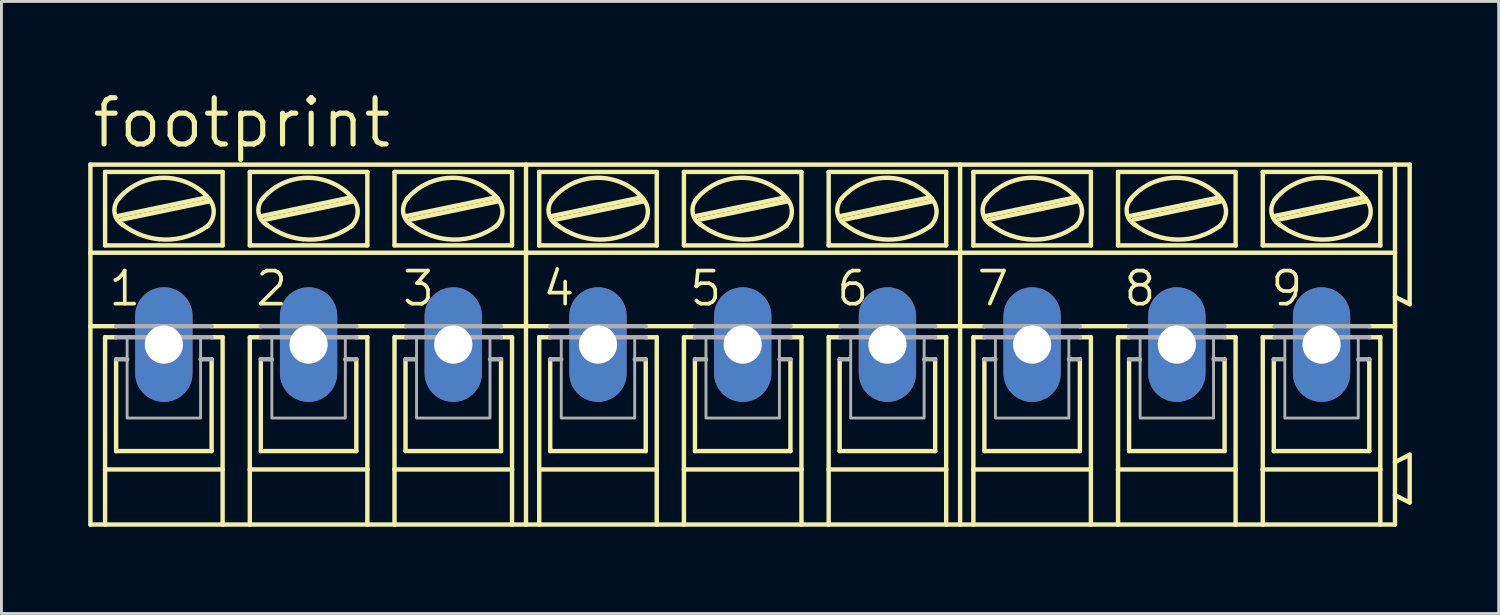
<source format=kicad_pcb>
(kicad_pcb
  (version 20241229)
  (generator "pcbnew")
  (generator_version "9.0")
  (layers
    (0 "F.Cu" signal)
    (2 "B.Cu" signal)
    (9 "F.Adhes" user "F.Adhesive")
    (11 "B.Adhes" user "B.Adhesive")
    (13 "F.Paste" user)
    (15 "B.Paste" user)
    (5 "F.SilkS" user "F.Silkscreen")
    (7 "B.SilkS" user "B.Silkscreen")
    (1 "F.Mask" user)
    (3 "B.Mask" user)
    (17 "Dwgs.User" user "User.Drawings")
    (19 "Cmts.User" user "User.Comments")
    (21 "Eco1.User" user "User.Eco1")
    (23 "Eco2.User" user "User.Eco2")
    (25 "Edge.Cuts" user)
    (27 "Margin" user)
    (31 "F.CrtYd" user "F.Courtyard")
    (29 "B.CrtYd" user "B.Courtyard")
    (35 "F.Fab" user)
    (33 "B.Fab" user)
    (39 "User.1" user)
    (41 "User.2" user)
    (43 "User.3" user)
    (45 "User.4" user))
  (footprint "footprint"
    (layer "F.Cu")
    (at 22.631 8.865)
    (property "Reference" "footprint" (at -22.581 -6.731 0) (layer "F.SilkS") (effects (font (size 1.6 1.6) (thickness 0.178)) (justify left bottom)))
    (fp_line (start -22.555 -6.223) (end -7.493 -6.223) (stroke (width 0.152) (type solid)) (layer "F.SilkS"))
    (fp_line (start -22.555 -3.175) (end -22.555 -6.223) (stroke (width 0.152) (type solid)) (layer "F.SilkS"))
    (fp_line (start -22.555 -3.175) (end -7.493 -3.175) (stroke (width 0.152) (type solid)) (layer "F.SilkS"))
    (fp_line (start -22.555 -0.635) (end -22.555 -3.175) (stroke (width 0.152) (type solid)) (layer "F.SilkS"))
    (fp_line (start -22.555 -0.635) (end -21.666 -0.635) (stroke (width 0.152) (type solid)) (layer "F.SilkS"))
    (fp_line (start -22.555 6.223) (end -22.555 -0.635) (stroke (width 0.152) (type solid)) (layer "F.SilkS"))
    (fp_line (start -22.555 6.223) (end -22.047 6.223) (stroke (width 0.152) (type solid)) (layer "F.SilkS"))
    (fp_line (start -22.047 -3.429) (end -22.047 -5.969) (stroke (width 0.152) (type solid)) (layer "F.SilkS"))
    (fp_line (start -22.047 -0.254) (end -22.047 4.318) (stroke (width 0.152) (type solid)) (layer "F.SilkS"))
    (fp_line (start -22.047 -0.254) (end -21.666 -0.254) (stroke (width 0.152) (type solid)) (layer "F.SilkS"))
    (fp_line (start -22.047 4.318) (end -22.047 6.223) (stroke (width 0.152) (type solid)) (layer "F.SilkS"))
    (fp_line (start -22.047 6.223) (end -17.983 6.223) (stroke (width 0.152) (type solid)) (layer "F.SilkS"))
    (fp_line (start -21.666 3.683) (end -21.666 0.508) (stroke (width 0.152) (type solid)) (layer "F.SilkS"))
    (fp_line (start -21.615 -4.445) (end -18.567 -5.08) (stroke (width 0.152) (type solid)) (layer "F.SilkS"))
    (fp_line (start -21.488 -4.318) (end -18.44 -4.953) (stroke (width 0.152) (type solid)) (layer "F.SilkS"))
    (fp_line (start -18.364 -0.635) (end -16.662 -0.635) (stroke (width 0.152) (type solid)) (layer "F.SilkS"))
    (fp_line (start -18.364 3.683) (end -21.666 3.683) (stroke (width 0.152) (type solid)) (layer "F.SilkS"))
    (fp_line (start -18.364 3.683) (end -18.364 0.508) (stroke (width 0.152) (type solid)) (layer "F.SilkS"))
    (fp_line (start -17.983 -5.969) (end -22.047 -5.969) (stroke (width 0.152) (type solid)) (layer "F.SilkS"))
    (fp_line (start -17.983 -3.429) (end -22.047 -3.429) (stroke (width 0.152) (type solid)) (layer "F.SilkS"))
    (fp_line (start -17.983 -3.429) (end -17.983 -5.969) (stroke (width 0.152) (type solid)) (layer "F.SilkS"))
    (fp_line (start -17.983 -0.254) (end -18.364 -0.254) (stroke (width 0.152) (type solid)) (layer "F.SilkS"))
    (fp_line (start -17.983 4.318) (end -22.047 4.318) (stroke (width 0.152) (type solid)) (layer "F.SilkS"))
    (fp_line (start -17.983 4.318) (end -17.983 -0.254) (stroke (width 0.152) (type solid)) (layer "F.SilkS"))
    (fp_line (start -17.983 6.223) (end -17.983 4.318) (stroke (width 0.152) (type solid)) (layer "F.SilkS"))
    (fp_line (start -17.983 6.223) (end -17.043 6.223) (stroke (width 0.152) (type solid)) (layer "F.SilkS"))
    (fp_line (start -17.043 -5.969) (end -12.979 -5.969) (stroke (width 0.152) (type solid)) (layer "F.SilkS"))
    (fp_line (start -17.043 -3.429) (end -17.043 -5.969) (stroke (width 0.152) (type solid)) (layer "F.SilkS"))
    (fp_line (start -17.043 -0.254) (end -16.662 -0.254) (stroke (width 0.152) (type solid)) (layer "F.SilkS"))
    (fp_line (start -17.043 4.318) (end -17.043 -0.254) (stroke (width 0.152) (type solid)) (layer "F.SilkS"))
    (fp_line (start -17.043 4.318) (end -12.979 4.318) (stroke (width 0.152) (type solid)) (layer "F.SilkS"))
    (fp_line (start -17.043 6.223) (end -17.043 4.318) (stroke (width 0.152) (type solid)) (layer "F.SilkS"))
    (fp_line (start -17.043 6.223) (end -12.979 6.223) (stroke (width 0.152) (type solid)) (layer "F.SilkS"))
    (fp_line (start -16.662 3.683) (end -16.662 0.508) (stroke (width 0.152) (type solid)) (layer "F.SilkS"))
    (fp_line (start -16.637 -4.445) (end -13.589 -5.08) (stroke (width 0.152) (type solid)) (layer "F.SilkS"))
    (fp_line (start -16.51 -4.318) (end -13.462 -4.953) (stroke (width 0.152) (type solid)) (layer "F.SilkS"))
    (fp_line (start -13.36 3.683) (end -16.662 3.683) (stroke (width 0.152) (type solid)) (layer "F.SilkS"))
    (fp_line (start -13.36 3.683) (end -13.36 0.508) (stroke (width 0.152) (type solid)) (layer "F.SilkS"))
    (fp_line (start -13.335 -0.635) (end -11.659 -0.635) (stroke (width 0.152) (type solid)) (layer "F.SilkS"))
    (fp_line (start -12.979 -5.969) (end -12.979 -3.429) (stroke (width 0.152) (type solid)) (layer "F.SilkS"))
    (fp_line (start -12.979 -3.429) (end -17.043 -3.429) (stroke (width 0.152) (type solid)) (layer "F.SilkS"))
    (fp_line (start -12.979 -0.254) (end -13.36 -0.254) (stroke (width 0.152) (type solid)) (layer "F.SilkS"))
    (fp_line (start -12.979 -0.254) (end -12.979 4.318) (stroke (width 0.152) (type solid)) (layer "F.SilkS"))
    (fp_line (start -12.979 4.318) (end -12.979 6.223) (stroke (width 0.152) (type solid)) (layer "F.SilkS"))
    (fp_line (start -12.979 6.223) (end -12.04 6.223) (stroke (width 0.152) (type solid)) (layer "F.SilkS"))
    (fp_line (start -12.04 -5.969) (end -7.976 -5.969) (stroke (width 0.152) (type solid)) (layer "F.SilkS"))
    (fp_line (start -12.04 -3.429) (end -12.04 -5.969) (stroke (width 0.152) (type solid)) (layer "F.SilkS"))
    (fp_line (start -12.04 -0.254) (end -11.633 -0.254) (stroke (width 0.152) (type solid)) (layer "F.SilkS"))
    (fp_line (start -12.04 4.318) (end -12.04 -0.254) (stroke (width 0.152) (type solid)) (layer "F.SilkS"))
    (fp_line (start -12.04 4.318) (end -7.976 4.318) (stroke (width 0.152) (type solid)) (layer "F.SilkS"))
    (fp_line (start -12.04 6.223) (end -12.04 4.318) (stroke (width 0.152) (type solid)) (layer "F.SilkS"))
    (fp_line (start -12.04 6.223) (end -7.976 6.223) (stroke (width 0.152) (type solid)) (layer "F.SilkS"))
    (fp_line (start -11.659 3.683) (end -11.659 0.508) (stroke (width 0.152) (type solid)) (layer "F.SilkS"))
    (fp_line (start -11.633 -4.445) (end -8.585 -5.08) (stroke (width 0.152) (type solid)) (layer "F.SilkS"))
    (fp_line (start -11.506 -4.318) (end -8.458 -4.953) (stroke (width 0.152) (type solid)) (layer "F.SilkS"))
    (fp_line (start -8.357 3.683) (end -11.659 3.683) (stroke (width 0.152) (type solid)) (layer "F.SilkS"))
    (fp_line (start -8.357 3.683) (end -8.357 0.508) (stroke (width 0.152) (type solid)) (layer "F.SilkS"))
    (fp_line (start -7.976 -5.969) (end -7.976 -3.429) (stroke (width 0.152) (type solid)) (layer "F.SilkS"))
    (fp_line (start -7.976 -3.429) (end -12.04 -3.429) (stroke (width 0.152) (type solid)) (layer "F.SilkS"))
    (fp_line (start -7.976 -0.254) (end -8.357 -0.254) (stroke (width 0.152) (type solid)) (layer "F.SilkS"))
    (fp_line (start -7.976 -0.254) (end -7.976 4.318) (stroke (width 0.152) (type solid)) (layer "F.SilkS"))
    (fp_line (start -7.976 4.318) (end -7.976 6.223) (stroke (width 0.152) (type solid)) (layer "F.SilkS"))
    (fp_line (start -7.976 6.223) (end -7.493 6.223) (stroke (width 0.152) (type solid)) (layer "F.SilkS"))
    (fp_line (start -7.493 -3.175) (end -7.493 -6.223) (stroke (width 0.152) (type solid)) (layer "F.SilkS"))
    (fp_line (start -7.493 -3.175) (end 7.518 -3.175) (stroke (width 0.152) (type solid)) (layer "F.SilkS"))
    (fp_line (start -7.493 -0.635) (end -8.357 -0.635) (stroke (width 0.152) (type solid)) (layer "F.SilkS"))
    (fp_line (start -7.493 -0.635) (end -7.493 -3.175) (stroke (width 0.152) (type solid)) (layer "F.SilkS"))
    (fp_line (start -7.493 -0.635) (end -6.655 -0.635) (stroke (width 0.152) (type solid)) (layer "F.SilkS"))
    (fp_line (start -7.493 6.223) (end -7.493 -0.635) (stroke (width 0.152) (type solid)) (layer "F.SilkS"))
    (fp_line (start -7.493 6.223) (end -7.036 6.223) (stroke (width 0.152) (type solid)) (layer "F.SilkS"))
    (fp_line (start -7.036 -3.429) (end -7.036 -5.969) (stroke (width 0.152) (type solid)) (layer "F.SilkS"))
    (fp_line (start -7.036 -0.254) (end -7.036 4.318) (stroke (width 0.152) (type solid)) (layer "F.SilkS"))
    (fp_line (start -7.036 -0.254) (end -6.655 -0.254) (stroke (width 0.152) (type solid)) (layer "F.SilkS"))
    (fp_line (start -7.036 4.318) (end -7.036 6.223) (stroke (width 0.152) (type solid)) (layer "F.SilkS"))
    (fp_line (start -7.036 6.223) (end -2.972 6.223) (stroke (width 0.152) (type solid)) (layer "F.SilkS"))
    (fp_line (start -6.655 3.683) (end -6.655 0.508) (stroke (width 0.152) (type solid)) (layer "F.SilkS"))
    (fp_line (start -6.604 -4.445) (end -3.556 -5.08) (stroke (width 0.152) (type solid)) (layer "F.SilkS"))
    (fp_line (start -6.477 -4.318) (end -3.429 -4.953) (stroke (width 0.152) (type solid)) (layer "F.SilkS"))
    (fp_line (start -3.353 -0.635) (end -1.651 -0.635) (stroke (width 0.152) (type solid)) (layer "F.SilkS"))
    (fp_line (start -3.353 3.683) (end -6.655 3.683) (stroke (width 0.152) (type solid)) (layer "F.SilkS"))
    (fp_line (start -3.353 3.683) (end -3.353 0.508) (stroke (width 0.152) (type solid)) (layer "F.SilkS"))
    (fp_line (start -2.972 -5.969) (end -7.036 -5.969) (stroke (width 0.152) (type solid)) (layer "F.SilkS"))
    (fp_line (start -2.972 -3.429) (end -7.036 -3.429) (stroke (width 0.152) (type solid)) (layer "F.SilkS"))
    (fp_line (start -2.972 -3.429) (end -2.972 -5.969) (stroke (width 0.152) (type solid)) (layer "F.SilkS"))
    (fp_line (start -2.972 -0.254) (end -3.353 -0.254) (stroke (width 0.152) (type solid)) (layer "F.SilkS"))
    (fp_line (start -2.972 4.318) (end -7.036 4.318) (stroke (width 0.152) (type solid)) (layer "F.SilkS"))
    (fp_line (start -2.972 4.318) (end -2.972 -0.254) (stroke (width 0.152) (type solid)) (layer "F.SilkS"))
    (fp_line (start -2.972 6.223) (end -2.972 4.318) (stroke (width 0.152) (type solid)) (layer "F.SilkS"))
    (fp_line (start -2.972 6.223) (end -2.032 6.223) (stroke (width 0.152) (type solid)) (layer "F.SilkS"))
    (fp_line (start -2.032 -5.969) (end 2.032 -5.969) (stroke (width 0.152) (type solid)) (layer "F.SilkS"))
    (fp_line (start -2.032 -3.429) (end -2.032 -5.969) (stroke (width 0.152) (type solid)) (layer "F.SilkS"))
    (fp_line (start -2.032 -0.254) (end -1.651 -0.254) (stroke (width 0.152) (type solid)) (layer "F.SilkS"))
    (fp_line (start -2.032 4.318) (end -2.032 -0.254) (stroke (width 0.152) (type solid)) (layer "F.SilkS"))
    (fp_line (start -2.032 4.318) (end 2.032 4.318) (stroke (width 0.152) (type solid)) (layer "F.SilkS"))
    (fp_line (start -2.032 6.223) (end -2.032 4.318) (stroke (width 0.152) (type solid)) (layer "F.SilkS"))
    (fp_line (start -2.032 6.223) (end 2.032 6.223) (stroke (width 0.152) (type solid)) (layer "F.SilkS"))
    (fp_line (start -1.651 3.683) (end -1.651 0.508) (stroke (width 0.152) (type solid)) (layer "F.SilkS"))
    (fp_line (start -1.626 -4.445) (end 1.422 -5.08) (stroke (width 0.152) (type solid)) (layer "F.SilkS"))
    (fp_line (start -1.499 -4.318) (end 1.549 -4.953) (stroke (width 0.152) (type solid)) (layer "F.SilkS"))
    (fp_line (start 1.651 3.683) (end -1.651 3.683) (stroke (width 0.152) (type solid)) (layer "F.SilkS"))
    (fp_line (start 1.651 3.683) (end 1.651 0.508) (stroke (width 0.152) (type solid)) (layer "F.SilkS"))
    (fp_line (start 1.676 -0.635) (end 3.353 -0.635) (stroke (width 0.152) (type solid)) (layer "F.SilkS"))
    (fp_line (start 2.032 -5.969) (end 2.032 -3.429) (stroke (width 0.152) (type solid)) (layer "F.SilkS"))
    (fp_line (start 2.032 -3.429) (end -2.032 -3.429) (stroke (width 0.152) (type solid)) (layer "F.SilkS"))
    (fp_line (start 2.032 -0.254) (end 1.651 -0.254) (stroke (width 0.152) (type solid)) (layer "F.SilkS"))
    (fp_line (start 2.032 -0.254) (end 2.032 4.318) (stroke (width 0.152) (type solid)) (layer "F.SilkS"))
    (fp_line (start 2.032 4.318) (end 2.032 6.223) (stroke (width 0.152) (type solid)) (layer "F.SilkS"))
    (fp_line (start 2.032 6.223) (end 2.972 6.223) (stroke (width 0.152) (type solid)) (layer "F.SilkS"))
    (fp_line (start 2.972 -5.969) (end 7.036 -5.969) (stroke (width 0.152) (type solid)) (layer "F.SilkS"))
    (fp_line (start 2.972 -3.429) (end 2.972 -5.969) (stroke (width 0.152) (type solid)) (layer "F.SilkS"))
    (fp_line (start 2.972 -0.254) (end 3.378 -0.254) (stroke (width 0.152) (type solid)) (layer "F.SilkS"))
    (fp_line (start 2.972 4.318) (end 2.972 -0.254) (stroke (width 0.152) (type solid)) (layer "F.SilkS"))
    (fp_line (start 2.972 4.318) (end 7.036 4.318) (stroke (width 0.152) (type solid)) (layer "F.SilkS"))
    (fp_line (start 2.972 6.223) (end 2.972 4.318) (stroke (width 0.152) (type solid)) (layer "F.SilkS"))
    (fp_line (start 2.972 6.223) (end 7.036 6.223) (stroke (width 0.152) (type solid)) (layer "F.SilkS"))
    (fp_line (start 3.353 3.683) (end 3.353 0.508) (stroke (width 0.152) (type solid)) (layer "F.SilkS"))
    (fp_line (start 3.378 -4.445) (end 6.426 -5.08) (stroke (width 0.152) (type solid)) (layer "F.SilkS"))
    (fp_line (start 3.505 -4.318) (end 6.553 -4.953) (stroke (width 0.152) (type solid)) (layer "F.SilkS"))
    (fp_line (start 6.655 3.683) (end 3.353 3.683) (stroke (width 0.152) (type solid)) (layer "F.SilkS"))
    (fp_line (start 6.655 3.683) (end 6.655 0.508) (stroke (width 0.152) (type solid)) (layer "F.SilkS"))
    (fp_line (start 7.036 -5.969) (end 7.036 -3.429) (stroke (width 0.152) (type solid)) (layer "F.SilkS"))
    (fp_line (start 7.036 -3.429) (end 2.972 -3.429) (stroke (width 0.152) (type solid)) (layer "F.SilkS"))
    (fp_line (start 7.036 -0.254) (end 6.655 -0.254) (stroke (width 0.152) (type solid)) (layer "F.SilkS"))
    (fp_line (start 7.036 -0.254) (end 7.036 4.318) (stroke (width 0.152) (type solid)) (layer "F.SilkS"))
    (fp_line (start 7.036 4.318) (end 7.036 6.223) (stroke (width 0.152) (type solid)) (layer "F.SilkS"))
    (fp_line (start 7.036 6.223) (end 7.518 6.223) (stroke (width 0.152) (type solid)) (layer "F.SilkS"))
    (fp_line (start 7.518 -6.223) (end -7.493 -6.223) (stroke (width 0.152) (type solid)) (layer "F.SilkS"))
    (fp_line (start 7.518 -3.175) (end 7.518 -6.223) (stroke (width 0.152) (type solid)) (layer "F.SilkS"))
    (fp_line (start 7.518 -3.175) (end 22.555 -3.175) (stroke (width 0.152) (type solid)) (layer "F.SilkS"))
    (fp_line (start 7.518 -0.635) (end 6.655 -0.635) (stroke (width 0.152) (type solid)) (layer "F.SilkS"))
    (fp_line (start 7.518 -0.635) (end 7.518 -3.175) (stroke (width 0.152) (type solid)) (layer "F.SilkS"))
    (fp_line (start 7.518 -0.635) (end 8.357 -0.635) (stroke (width 0.152) (type solid)) (layer "F.SilkS"))
    (fp_line (start 7.518 6.223) (end 7.518 -0.635) (stroke (width 0.152) (type solid)) (layer "F.SilkS"))
    (fp_line (start 7.518 6.223) (end 7.976 6.223) (stroke (width 0.152) (type solid)) (layer "F.SilkS"))
    (fp_line (start 7.976 -3.429) (end 7.976 -5.969) (stroke (width 0.152) (type solid)) (layer "F.SilkS"))
    (fp_line (start 7.976 -0.254) (end 7.976 4.318) (stroke (width 0.152) (type solid)) (layer "F.SilkS"))
    (fp_line (start 7.976 -0.254) (end 8.357 -0.254) (stroke (width 0.152) (type solid)) (layer "F.SilkS"))
    (fp_line (start 7.976 4.318) (end 7.976 6.223) (stroke (width 0.152) (type solid)) (layer "F.SilkS"))
    (fp_line (start 7.976 6.223) (end 12.04 6.223) (stroke (width 0.152) (type solid)) (layer "F.SilkS"))
    (fp_line (start 8.357 3.683) (end 8.357 0.508) (stroke (width 0.152) (type solid)) (layer "F.SilkS"))
    (fp_line (start 8.407 -4.445) (end 11.455 -5.08) (stroke (width 0.152) (type solid)) (layer "F.SilkS"))
    (fp_line (start 8.534 -4.318) (end 11.582 -4.953) (stroke (width 0.152) (type solid)) (layer "F.SilkS"))
    (fp_line (start 11.659 -0.635) (end 13.36 -0.635) (stroke (width 0.152) (type solid)) (layer "F.SilkS"))
    (fp_line (start 11.659 3.683) (end 8.357 3.683) (stroke (width 0.152) (type solid)) (layer "F.SilkS"))
    (fp_line (start 11.659 3.683) (end 11.659 0.508) (stroke (width 0.152) (type solid)) (layer "F.SilkS"))
    (fp_line (start 12.04 -5.969) (end 7.976 -5.969) (stroke (width 0.152) (type solid)) (layer "F.SilkS"))
    (fp_line (start 12.04 -3.429) (end 7.976 -3.429) (stroke (width 0.152) (type solid)) (layer "F.SilkS"))
    (fp_line (start 12.04 -3.429) (end 12.04 -5.969) (stroke (width 0.152) (type solid)) (layer "F.SilkS"))
    (fp_line (start 12.04 -0.254) (end 11.659 -0.254) (stroke (width 0.152) (type solid)) (layer "F.SilkS"))
    (fp_line (start 12.04 4.318) (end 7.976 4.318) (stroke (width 0.152) (type solid)) (layer "F.SilkS"))
    (fp_line (start 12.04 4.318) (end 12.04 -0.254) (stroke (width 0.152) (type solid)) (layer "F.SilkS"))
    (fp_line (start 12.04 6.223) (end 12.04 4.318) (stroke (width 0.152) (type solid)) (layer "F.SilkS"))
    (fp_line (start 12.04 6.223) (end 12.979 6.223) (stroke (width 0.152) (type solid)) (layer "F.SilkS"))
    (fp_line (start 12.979 -5.969) (end 17.043 -5.969) (stroke (width 0.152) (type solid)) (layer "F.SilkS"))
    (fp_line (start 12.979 -3.429) (end 12.979 -5.969) (stroke (width 0.152) (type solid)) (layer "F.SilkS"))
    (fp_line (start 12.979 -0.254) (end 13.36 -0.254) (stroke (width 0.152) (type solid)) (layer "F.SilkS"))
    (fp_line (start 12.979 4.318) (end 12.979 -0.254) (stroke (width 0.152) (type solid)) (layer "F.SilkS"))
    (fp_line (start 12.979 4.318) (end 17.043 4.318) (stroke (width 0.152) (type solid)) (layer "F.SilkS"))
    (fp_line (start 12.979 6.223) (end 12.979 4.318) (stroke (width 0.152) (type solid)) (layer "F.SilkS"))
    (fp_line (start 12.979 6.223) (end 17.043 6.223) (stroke (width 0.152) (type solid)) (layer "F.SilkS"))
    (fp_line (start 13.36 3.683) (end 13.36 0.508) (stroke (width 0.152) (type solid)) (layer "F.SilkS"))
    (fp_line (start 13.386 -4.445) (end 16.434 -5.08) (stroke (width 0.152) (type solid)) (layer "F.SilkS"))
    (fp_line (start 13.513 -4.318) (end 16.561 -4.953) (stroke (width 0.152) (type solid)) (layer "F.SilkS"))
    (fp_line (start 16.662 3.683) (end 13.36 3.683) (stroke (width 0.152) (type solid)) (layer "F.SilkS"))
    (fp_line (start 16.662 3.683) (end 16.662 0.508) (stroke (width 0.152) (type solid)) (layer "F.SilkS"))
    (fp_line (start 16.688 -0.635) (end 18.364 -0.635) (stroke (width 0.152) (type solid)) (layer "F.SilkS"))
    (fp_line (start 17.043 -5.969) (end 17.043 -3.429) (stroke (width 0.152) (type solid)) (layer "F.SilkS"))
    (fp_line (start 17.043 -3.429) (end 12.979 -3.429) (stroke (width 0.152) (type solid)) (layer "F.SilkS"))
    (fp_line (start 17.043 -0.254) (end 16.662 -0.254) (stroke (width 0.152) (type solid)) (layer "F.SilkS"))
    (fp_line (start 17.043 -0.254) (end 17.043 4.318) (stroke (width 0.152) (type solid)) (layer "F.SilkS"))
    (fp_line (start 17.043 4.318) (end 17.043 6.223) (stroke (width 0.152) (type solid)) (layer "F.SilkS"))
    (fp_line (start 17.043 6.223) (end 17.983 6.223) (stroke (width 0.152) (type solid)) (layer "F.SilkS"))
    (fp_line (start 17.983 -5.969) (end 22.047 -5.969) (stroke (width 0.152) (type solid)) (layer "F.SilkS"))
    (fp_line (start 17.983 -3.429) (end 17.983 -5.969) (stroke (width 0.152) (type solid)) (layer "F.SilkS"))
    (fp_line (start 17.983 -0.254) (end 18.39 -0.254) (stroke (width 0.152) (type solid)) (layer "F.SilkS"))
    (fp_line (start 17.983 4.318) (end 17.983 -0.254) (stroke (width 0.152) (type solid)) (layer "F.SilkS"))
    (fp_line (start 17.983 4.318) (end 22.047 4.318) (stroke (width 0.152) (type solid)) (layer "F.SilkS"))
    (fp_line (start 17.983 6.223) (end 17.983 4.318) (stroke (width 0.152) (type solid)) (layer "F.SilkS"))
    (fp_line (start 17.983 6.223) (end 22.047 6.223) (stroke (width 0.152) (type solid)) (layer "F.SilkS"))
    (fp_line (start 18.364 3.683) (end 18.364 0.508) (stroke (width 0.152) (type solid)) (layer "F.SilkS"))
    (fp_line (start 18.39 -4.445) (end 21.438 -5.08) (stroke (width 0.152) (type solid)) (layer "F.SilkS"))
    (fp_line (start 18.517 -4.318) (end 21.565 -4.953) (stroke (width 0.152) (type solid)) (layer "F.SilkS"))
    (fp_line (start 21.666 3.683) (end 18.364 3.683) (stroke (width 0.152) (type solid)) (layer "F.SilkS"))
    (fp_line (start 21.666 3.683) (end 21.666 0.508) (stroke (width 0.152) (type solid)) (layer "F.SilkS"))
    (fp_line (start 22.047 -5.969) (end 22.047 -3.429) (stroke (width 0.152) (type solid)) (layer "F.SilkS"))
    (fp_line (start 22.047 -3.429) (end 17.983 -3.429) (stroke (width 0.152) (type solid)) (layer "F.SilkS"))
    (fp_line (start 22.047 -0.254) (end 21.666 -0.254) (stroke (width 0.152) (type solid)) (layer "F.SilkS"))
    (fp_line (start 22.047 -0.254) (end 22.047 4.318) (stroke (width 0.152) (type solid)) (layer "F.SilkS"))
    (fp_line (start 22.047 4.318) (end 22.047 6.223) (stroke (width 0.152) (type solid)) (layer "F.SilkS"))
    (fp_line (start 22.047 6.223) (end 22.555 6.223) (stroke (width 0.152) (type solid)) (layer "F.SilkS"))
    (fp_line (start 22.555 -6.223) (end 7.518 -6.223) (stroke (width 0.152) (type solid)) (layer "F.SilkS"))
    (fp_line (start 22.555 -6.223) (end 22.555 -3.175) (stroke (width 0.152) (type solid)) (layer "F.SilkS"))
    (fp_line (start 22.555 -6.223) (end 23.063 -6.223) (stroke (width 0.152) (type solid)) (layer "F.SilkS"))
    (fp_line (start 22.555 -3.175) (end 22.555 -1.651) (stroke (width 0.152) (type solid)) (layer "F.SilkS"))
    (fp_line (start 22.555 -1.651) (end 22.555 -0.635) (stroke (width 0.152) (type solid)) (layer "F.SilkS"))
    (fp_line (start 22.555 -0.635) (end 21.666 -0.635) (stroke (width 0.152) (type solid)) (layer "F.SilkS"))
    (fp_line (start 22.555 -0.635) (end 22.555 4.064) (stroke (width 0.152) (type solid)) (layer "F.SilkS"))
    (fp_line (start 22.555 4.064) (end 22.555 5.207) (stroke (width 0.152) (type solid)) (layer "F.SilkS"))
    (fp_line (start 22.555 5.207) (end 22.555 6.223) (stroke (width 0.152) (type solid)) (layer "F.SilkS"))
    (fp_line (start 23.063 -6.223) (end 23.063 -1.397) (stroke (width 0.152) (type solid)) (layer "F.SilkS"))
    (fp_line (start 23.063 -1.397) (end 22.555 -1.651) (stroke (width 0.152) (type solid)) (layer "F.SilkS"))
    (fp_line (start 23.063 3.81) (end 22.555 4.064) (stroke (width 0.152) (type solid)) (layer "F.SilkS"))
    (fp_line (start 23.063 3.81) (end 23.063 5.461) (stroke (width 0.152) (type solid)) (layer "F.SilkS"))
    (fp_line (start 23.063 5.461) (end 22.555 5.207) (stroke (width 0.152) (type solid)) (layer "F.SilkS"))
    (fp_arc (start -21.6154 -5.0038) (mid -20.051026 -5.76695) (end -18.460999 -5.058801) (stroke (width 0.1524) (type solid)) (layer "F.SilkS"))
    (fp_arc (start -21.420901 -4.129699) (mid -21.718825 -4.557025) (end -21.5646 -5.0546) (stroke (width 0.1524) (type solid)) (layer "F.SilkS"))
    (fp_arc (start -18.475201 -4.118799) (mid -19.977104 -3.631242) (end -21.463 -4.1656) (stroke (width 0.1524) (type solid)) (layer "F.SilkS"))
    (fp_arc (start -18.465899 -5.054499) (mid -18.291539 -4.558083) (end -18.5216 -4.0849) (stroke (width 0.1524) (type solid)) (layer "F.SilkS"))
    (fp_arc (start -16.637 -5.0038) (mid -15.072626 -5.76695) (end -13.482599 -5.058801) (stroke (width 0.1524) (type solid)) (layer "F.SilkS"))
    (fp_arc (start -16.442501 -4.129699) (mid -16.740425 -4.557025) (end -16.5862 -5.0546) (stroke (width 0.1524) (type solid)) (layer "F.SilkS"))
    (fp_arc (start -13.496801 -4.118799) (mid -14.998704 -3.631242) (end -16.4846 -4.1656) (stroke (width 0.1524) (type solid)) (layer "F.SilkS"))
    (fp_arc (start -13.487499 -5.054499) (mid -13.313139 -4.558083) (end -13.5432 -4.0849) (stroke (width 0.1524) (type solid)) (layer "F.SilkS"))
    (fp_arc (start -11.6332 -5.0038) (mid -10.068826 -5.76695) (end -8.478799 -5.058801) (stroke (width 0.1524) (type solid)) (layer "F.SilkS"))
    (fp_arc (start -11.438701 -4.129699) (mid -11.736625 -4.557025) (end -11.5824 -5.0546) (stroke (width 0.1524) (type solid)) (layer "F.SilkS"))
    (fp_arc (start -8.493001 -4.118799) (mid -9.994904 -3.631242) (end -11.4808 -4.1656) (stroke (width 0.1524) (type solid)) (layer "F.SilkS"))
    (fp_arc (start -8.483699 -5.054499) (mid -8.309339 -4.558083) (end -8.5394 -4.0849) (stroke (width 0.1524) (type solid)) (layer "F.SilkS"))
    (fp_arc (start -6.604 -5.0038) (mid -5.039626 -5.76695) (end -3.449599 -5.058801) (stroke (width 0.1524) (type solid)) (layer "F.SilkS"))
    (fp_arc (start -6.409501 -4.129699) (mid -6.707425 -4.557025) (end -6.5532 -5.0546) (stroke (width 0.1524) (type solid)) (layer "F.SilkS"))
    (fp_arc (start -3.463801 -4.118799) (mid -4.965704 -3.631242) (end -6.4516 -4.1656) (stroke (width 0.1524) (type solid)) (layer "F.SilkS"))
    (fp_arc (start -3.454499 -5.054499) (mid -3.280139 -4.558083) (end -3.5102 -4.0849) (stroke (width 0.1524) (type solid)) (layer "F.SilkS"))
    (fp_arc (start -1.6256 -5.0038) (mid -0.061226 -5.76695) (end 1.528801 -5.058801) (stroke (width 0.1524) (type solid)) (layer "F.SilkS"))
    (fp_arc (start -1.431101 -4.129699) (mid -1.729025 -4.557025) (end -1.5748 -5.0546) (stroke (width 0.1524) (type solid)) (layer "F.SilkS"))
    (fp_arc (start 1.5146 -4.118901) (mid 0.012714 -3.631283) (end -1.4732 -4.1656) (stroke (width 0.1524) (type solid)) (layer "F.SilkS"))
    (fp_arc (start 1.5239 -5.0545) (mid 1.69826 -4.558084) (end 1.4682 -4.0849) (stroke (width 0.1524) (type solid)) (layer "F.SilkS"))
    (fp_arc (start 3.3782 -5.0038) (mid 4.94252 -5.766807) (end 6.5324 -5.058598) (stroke (width 0.1524) (type solid)) (layer "F.SilkS"))
    (fp_arc (start 3.572698 -4.1297) (mid 3.274775 -4.557026) (end 3.429 -5.0546) (stroke (width 0.1524) (type solid)) (layer "F.SilkS"))
    (fp_arc (start 6.5184 -4.118901) (mid 5.016514 -3.631283) (end 3.5306 -4.1656) (stroke (width 0.1524) (type solid)) (layer "F.SilkS"))
    (fp_arc (start 6.5277 -5.0545) (mid 6.70206 -4.558084) (end 6.472 -4.0849) (stroke (width 0.1524) (type solid)) (layer "F.SilkS"))
    (fp_arc (start 8.4074 -5.0038) (mid 9.97172 -5.766807) (end 11.5616 -5.058598) (stroke (width 0.1524) (type solid)) (layer "F.SilkS"))
    (fp_arc (start 8.601898 -4.1297) (mid 8.303975 -4.557026) (end 8.4582 -5.0546) (stroke (width 0.1524) (type solid)) (layer "F.SilkS"))
    (fp_arc (start 11.5476 -4.118901) (mid 10.045714 -3.631283) (end 8.5598 -4.1656) (stroke (width 0.1524) (type solid)) (layer "F.SilkS"))
    (fp_arc (start 11.5569 -5.0545) (mid 11.73126 -4.558084) (end 11.5012 -4.0849) (stroke (width 0.1524) (type solid)) (layer "F.SilkS"))
    (fp_arc (start 13.3858 -5.0038) (mid 14.95012 -5.766807) (end 16.54 -5.058598) (stroke (width 0.1524) (type solid)) (layer "F.SilkS"))
    (fp_arc (start 13.580298 -4.1297) (mid 13.282375 -4.557026) (end 13.4366 -5.0546) (stroke (width 0.1524) (type solid)) (layer "F.SilkS"))
    (fp_arc (start 16.526 -4.118901) (mid 15.024114 -3.631283) (end 13.5382 -4.1656) (stroke (width 0.1524) (type solid)) (layer "F.SilkS"))
    (fp_arc (start 16.5353 -5.0545) (mid 16.70966 -4.558084) (end 16.4796 -4.0849) (stroke (width 0.1524) (type solid)) (layer "F.SilkS"))
    (fp_arc (start 18.3896 -5.0038) (mid 19.95392 -5.766807) (end 21.5438 -5.058598) (stroke (width 0.1524) (type solid)) (layer "F.SilkS"))
    (fp_arc (start 18.584098 -4.1297) (mid 18.286175 -4.557026) (end 18.4404 -5.0546) (stroke (width 0.1524) (type solid)) (layer "F.SilkS"))
    (fp_arc (start 21.5298 -4.118901) (mid 20.027914 -3.631283) (end 18.542 -4.1656) (stroke (width 0.1524) (type solid)) (layer "F.SilkS"))
    (fp_arc (start 21.5391 -5.0545) (mid 21.71346 -4.558084) (end 21.4834 -4.0849) (stroke (width 0.1524) (type solid)) (layer "F.SilkS"))
    (fp_line (start -21.666 -0.635) (end -18.364 -0.635) (stroke (width 0.152) (type solid)) (layer "F.Fab"))
    (fp_line (start -21.666 0.508) (end -21.285 0.508) (stroke (width 0.152) (type solid)) (layer "F.Fab"))
    (fp_line (start -18.364 -0.254) (end -21.666 -0.254) (stroke (width 0.152) (type solid)) (layer "F.Fab"))
    (fp_line (start -18.364 0.508) (end -18.745 0.508) (stroke (width 0.152) (type solid)) (layer "F.Fab"))
    (fp_line (start -16.662 -0.254) (end -13.36 -0.254) (stroke (width 0.152) (type solid)) (layer "F.Fab"))
    (fp_line (start -16.662 0.508) (end -16.281 0.508) (stroke (width 0.152) (type solid)) (layer "F.Fab"))
    (fp_line (start -13.36 -0.635) (end -16.662 -0.635) (stroke (width 0.152) (type solid)) (layer "F.Fab"))
    (fp_line (start -13.36 0.508) (end -13.741 0.508) (stroke (width 0.152) (type solid)) (layer "F.Fab"))
    (fp_line (start -11.659 0.508) (end -11.303 0.508) (stroke (width 0.152) (type solid)) (layer "F.Fab"))
    (fp_line (start -11.633 -0.254) (end -8.357 -0.254) (stroke (width 0.152) (type solid)) (layer "F.Fab"))
    (fp_line (start -8.357 -0.635) (end -11.633 -0.635) (stroke (width 0.152) (type solid)) (layer "F.Fab"))
    (fp_line (start -8.357 0.508) (end -8.738 0.508) (stroke (width 0.152) (type solid)) (layer "F.Fab"))
    (fp_line (start -6.655 -0.635) (end -3.353 -0.635) (stroke (width 0.152) (type solid)) (layer "F.Fab"))
    (fp_line (start -6.655 0.508) (end -6.274 0.508) (stroke (width 0.152) (type solid)) (layer "F.Fab"))
    (fp_line (start -3.353 -0.254) (end -6.655 -0.254) (stroke (width 0.152) (type solid)) (layer "F.Fab"))
    (fp_line (start -3.353 0.508) (end -3.734 0.508) (stroke (width 0.152) (type solid)) (layer "F.Fab"))
    (fp_line (start -1.651 -0.254) (end 1.651 -0.254) (stroke (width 0.152) (type solid)) (layer "F.Fab"))
    (fp_line (start -1.651 0.508) (end -1.27 0.508) (stroke (width 0.152) (type solid)) (layer "F.Fab"))
    (fp_line (start 1.651 -0.635) (end -1.651 -0.635) (stroke (width 0.152) (type solid)) (layer "F.Fab"))
    (fp_line (start 1.651 0.508) (end 1.27 0.508) (stroke (width 0.152) (type solid)) (layer "F.Fab"))
    (fp_line (start 3.353 0.508) (end 3.708 0.508) (stroke (width 0.152) (type solid)) (layer "F.Fab"))
    (fp_line (start 3.378 -0.254) (end 6.655 -0.254) (stroke (width 0.152) (type solid)) (layer "F.Fab"))
    (fp_line (start 6.655 -0.635) (end 3.378 -0.635) (stroke (width 0.152) (type solid)) (layer "F.Fab"))
    (fp_line (start 6.655 0.508) (end 6.274 0.508) (stroke (width 0.152) (type solid)) (layer "F.Fab"))
    (fp_line (start 8.357 -0.635) (end 11.659 -0.635) (stroke (width 0.152) (type solid)) (layer "F.Fab"))
    (fp_line (start 8.357 0.508) (end 8.738 0.508) (stroke (width 0.152) (type solid)) (layer "F.Fab"))
    (fp_line (start 11.659 -0.254) (end 8.357 -0.254) (stroke (width 0.152) (type solid)) (layer "F.Fab"))
    (fp_line (start 11.659 0.508) (end 11.278 0.508) (stroke (width 0.152) (type solid)) (layer "F.Fab"))
    (fp_line (start 13.36 -0.254) (end 16.662 -0.254) (stroke (width 0.152) (type solid)) (layer "F.Fab"))
    (fp_line (start 13.36 0.508) (end 13.741 0.508) (stroke (width 0.152) (type solid)) (layer "F.Fab"))
    (fp_line (start 16.662 -0.635) (end 13.36 -0.635) (stroke (width 0.152) (type solid)) (layer "F.Fab"))
    (fp_line (start 16.662 0.508) (end 16.281 0.508) (stroke (width 0.152) (type solid)) (layer "F.Fab"))
    (fp_line (start 18.364 0.508) (end 18.72 0.508) (stroke (width 0.152) (type solid)) (layer "F.Fab"))
    (fp_line (start 18.39 -0.254) (end 21.666 -0.254) (stroke (width 0.152) (type solid)) (layer "F.Fab"))
    (fp_line (start 21.666 -0.635) (end 18.39 -0.635) (stroke (width 0.152) (type solid)) (layer "F.Fab"))
    (fp_line (start 21.666 0.508) (end 21.285 0.508) (stroke (width 0.152) (type solid)) (layer "F.Fab"))
    (fp_poly (pts (xy -21.285 2.54) (xy -18.745 2.54) (xy -18.745 -0.254) (xy -21.285 -0.254)) (stroke (width 0.1) (type solid)) (fill no) (layer "F.Fab"))
    (fp_poly (pts (xy -16.281 2.54) (xy -13.741 2.54) (xy -13.741 -0.254) (xy -16.281 -0.254)) (stroke (width 0.1) (type solid)) (fill no) (layer "F.Fab"))
    (fp_poly (pts (xy -11.278 2.54) (xy -8.738 2.54) (xy -8.738 -0.254) (xy -11.278 -0.254)) (stroke (width 0.1) (type solid)) (fill no) (layer "F.Fab"))
    (fp_poly (pts (xy -6.274 2.54) (xy -3.734 2.54) (xy -3.734 -0.254) (xy -6.274 -0.254)) (stroke (width 0.1) (type solid)) (fill no) (layer "F.Fab"))
    (fp_poly (pts (xy -1.27 2.54) (xy 1.27 2.54) (xy 1.27 -0.254) (xy -1.27 -0.254)) (stroke (width 0.1) (type solid)) (fill no) (layer "F.Fab"))
    (fp_poly (pts (xy 3.734 2.54) (xy 6.274 2.54) (xy 6.274 -0.254) (xy 3.734 -0.254)) (stroke (width 0.1) (type solid)) (fill no) (layer "F.Fab"))
    (fp_poly (pts (xy 8.738 2.54) (xy 11.278 2.54) (xy 11.278 -0.254) (xy 8.738 -0.254)) (stroke (width 0.1) (type solid)) (fill no) (layer "F.Fab"))
    (fp_poly (pts (xy 13.741 2.54) (xy 16.281 2.54) (xy 16.281 -0.254) (xy 13.741 -0.254)) (stroke (width 0.1) (type solid)) (fill no) (layer "F.Fab"))
    (fp_poly (pts (xy 18.745 2.54) (xy 21.285 2.54) (xy 21.285 -0.254) (xy 18.745 -0.254)) (stroke (width 0.1) (type solid)) (fill no) (layer "F.Fab"))
    (fp_text user "5" (at -1.905 -1.27 0) (layer "F.SilkS") (effects (font (size 1.143 1.143) (thickness 0.127)) (justify left bottom)))
    (fp_text user "4" (at -6.985 -1.27 0) (layer "F.SilkS") (effects (font (size 1.143 1.143) (thickness 0.127)) (justify left bottom)))
    (fp_text user "9" (at 18.186 -1.27 0) (layer "F.SilkS") (effects (font (size 1.143 1.143) (thickness 0.127)) (justify left bottom)))
    (fp_text user "2" (at -16.916 -1.27 0) (layer "F.SilkS") (effects (font (size 1.143 1.143) (thickness 0.127)) (justify left bottom)))
    (fp_text user "7" (at 8.026 -1.27 0) (layer "F.SilkS") (effects (font (size 1.143 1.143) (thickness 0.127)) (justify left bottom)))
    (fp_text user "3" (at -11.836 -1.27 0) (layer "F.SilkS") (effects (font (size 1.143 1.143) (thickness 0.127)) (justify left bottom)))
    (fp_text user "1" (at -21.996 -1.27 0) (layer "F.SilkS") (effects (font (size 1.143 1.143) (thickness 0.127)) (justify left bottom)))
    (fp_text user "8" (at 13.106 -1.27 0) (layer "F.SilkS") (effects (font (size 1.143 1.143) (thickness 0.127)) (justify left bottom)))
    (fp_text user "6" (at 3.175 -1.27 0) (layer "F.SilkS") (effects (font (size 1.143 1.143) (thickness 0.127)) (justify left bottom)))
    (pad "1" thru_hole oval (at -20.015 0 90) (size 3.962 1.981) (drill 1.321) (layers "*.Cu" "*.Mask"))
    (pad "2" thru_hole oval (at -15.011 0 90) (size 3.962 1.981) (drill 1.321) (layers "*.Cu" "*.Mask"))
    (pad "3" thru_hole oval (at -10.008 0 90) (size 3.962 1.981) (drill 1.321) (layers "*.Cu" "*.Mask"))
    (pad "4" thru_hole oval (at -5.004 0 90) (size 3.962 1.981) (drill 1.321) (layers "*.Cu" "*.Mask"))
    (pad "5" thru_hole oval (at 0 0 90) (size 3.962 1.981) (drill 1.321) (layers "*.Cu" "*.Mask"))
    (pad "6" thru_hole oval (at 5.004 0 90) (size 3.962 1.981) (drill 1.321) (layers "*.Cu" "*.Mask"))
    (pad "7" thru_hole oval (at 10.008 0 90) (size 3.962 1.981) (drill 1.321) (layers "*.Cu" "*.Mask"))
    (pad "8" thru_hole oval (at 15.011 0 90) (size 3.962 1.981) (drill 1.321) (layers "*.Cu" "*.Mask"))
    (pad "9" thru_hole oval (at 20.015 0 90) (size 3.962 1.981) (drill 1.321) (layers "*.Cu" "*.Mask")))
  (gr_rect
    (start -3 -3)
    (end 48.771 18.164)
    (stroke (width 0.1) (type default))
    (fill no)
    (layer "Edge.Cuts")))
</source>
